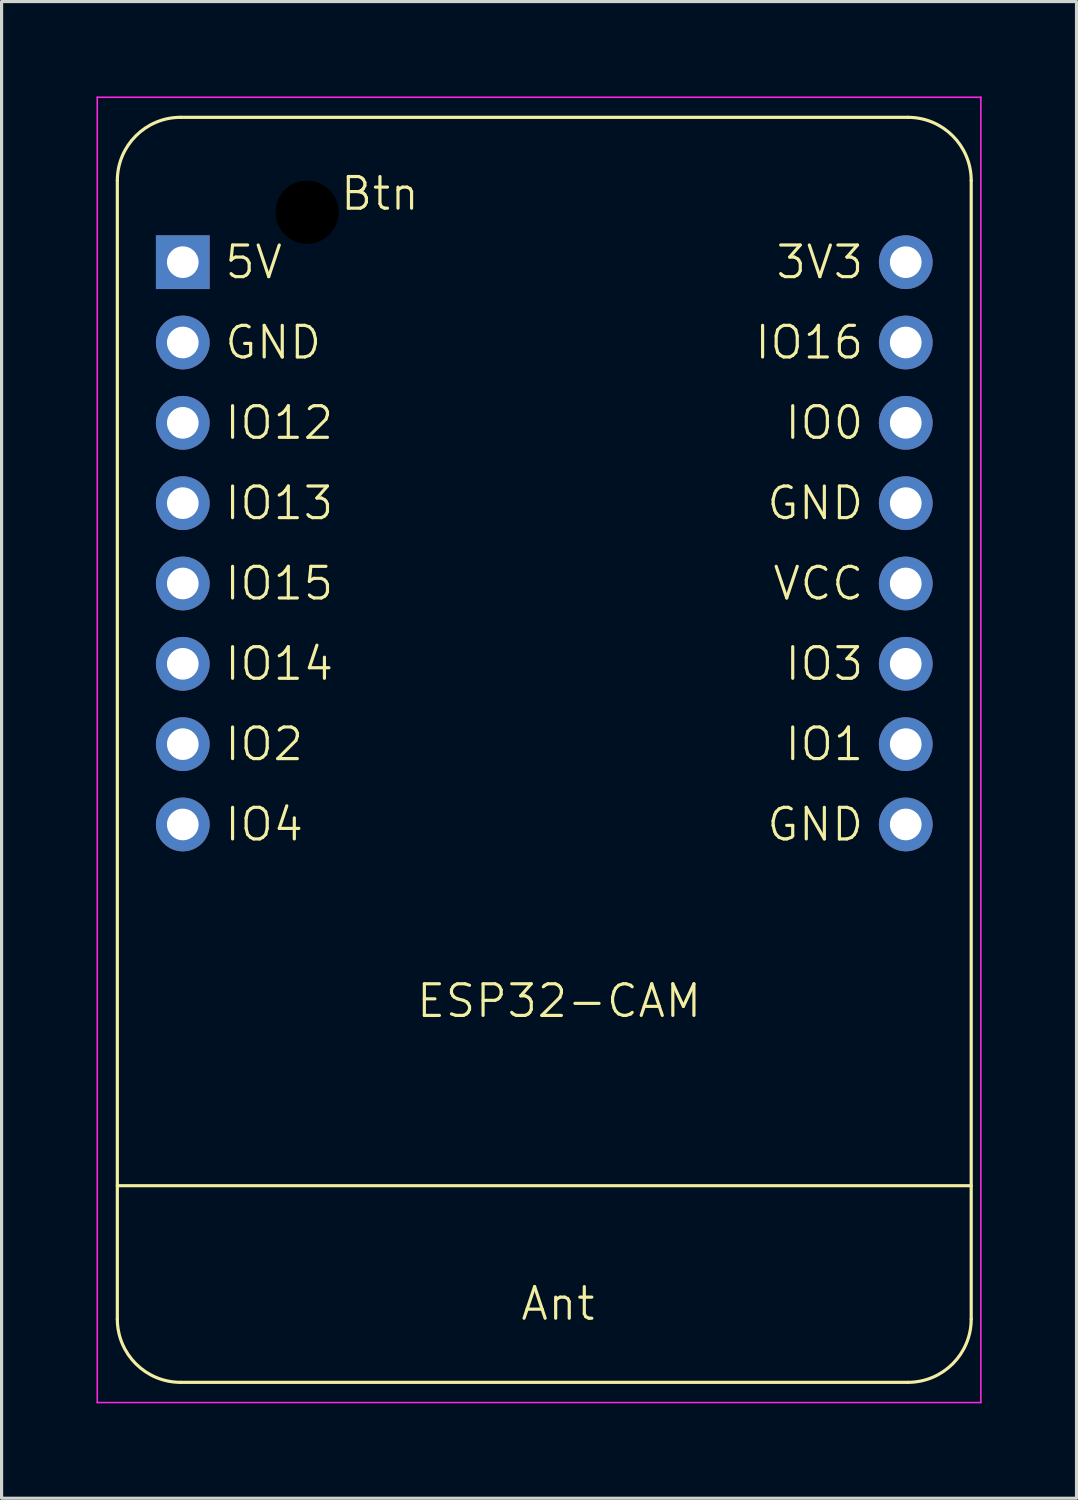
<source format=kicad_pcb>
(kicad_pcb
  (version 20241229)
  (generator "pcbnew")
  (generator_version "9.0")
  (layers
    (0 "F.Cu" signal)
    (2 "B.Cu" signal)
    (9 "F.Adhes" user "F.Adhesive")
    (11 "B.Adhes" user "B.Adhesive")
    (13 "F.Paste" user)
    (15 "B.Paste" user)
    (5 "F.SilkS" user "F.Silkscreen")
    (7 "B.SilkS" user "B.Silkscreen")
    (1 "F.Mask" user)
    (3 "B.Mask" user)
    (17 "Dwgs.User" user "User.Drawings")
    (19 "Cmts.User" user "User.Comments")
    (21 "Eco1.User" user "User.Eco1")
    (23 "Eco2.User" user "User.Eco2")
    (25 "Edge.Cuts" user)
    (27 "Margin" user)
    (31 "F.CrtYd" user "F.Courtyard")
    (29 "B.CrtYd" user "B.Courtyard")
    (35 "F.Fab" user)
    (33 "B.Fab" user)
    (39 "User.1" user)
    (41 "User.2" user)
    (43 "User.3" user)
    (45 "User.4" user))
  (footprint "ESP32-CAM"
    (layer "F.Cu")
    (at 0.66 0.66)
    (property "Reference" "ESP32-CAM" (at 13.97 27.94 0) (unlocked yes) (layer "F.SilkS") (effects (font (size 1 1) (thickness 0.1))))
    (attr through_hole)
    (fp_line (start 0 33.782) (end 27 33.782) (stroke (width 0.1) (type default)) (layer "F.SilkS"))
    (fp_line (start 0 38) (end 0 2) (stroke (width 0.1) (type default)) (layer "F.SilkS"))
    (fp_line (start 2 0) (end 25 0) (stroke (width 0.1) (type default)) (layer "F.SilkS"))
    (fp_line (start 25 40) (end 2 40) (stroke (width 0.1) (type default)) (layer "F.SilkS"))
    (fp_line (start 27 2) (end 27 38) (stroke (width 0.1) (type default)) (layer "F.SilkS"))
    (fp_arc (start 0 2) (mid 0.585786 0.585786) (end 2 0) (stroke (width 0.1) (type default)) (layer "F.SilkS"))
    (fp_arc (start 2 40) (mid 0.585786 39.414214) (end 0 38) (stroke (width 0.1) (type default)) (layer "F.SilkS"))
    (fp_arc (start 25 0) (mid 26.414214 0.585786) (end 27 2) (stroke (width 0.1) (type default)) (layer "F.SilkS"))
    (fp_arc (start 27 38) (mid 26.414214 39.414214) (end 25 40) (stroke (width 0.1) (type default)) (layer "F.SilkS"))
    (fp_line (start -0.635 -0.635) (end 27.305 -0.635) (stroke (width 0.05) (type default)) (layer "F.CrtYd"))
    (fp_line (start -0.635 40.64) (end -0.635 -0.635) (stroke (width 0.05) (type default)) (layer "F.CrtYd"))
    (fp_line (start 27.305 -0.635) (end 27.305 40.64) (stroke (width 0.05) (type default)) (layer "F.CrtYd"))
    (fp_line (start 27.305 40.64) (end -0.635 40.64) (stroke (width 0.05) (type default)) (layer "F.CrtYd"))
    (fp_text user "IO1" (at 23.66 19.82 0) (unlocked yes) (layer "F.SilkS") (effects (font (size 1 1) (thickness 0.1)) (justify right)))
    (fp_text user "GND" (at 3.34 7.12 0) (unlocked yes) (layer "F.SilkS") (effects (font (size 1 1) (thickness 0.1)) (justify left)))
    (fp_text user "IO3" (at 23.66 17.28 0) (unlocked yes) (layer "F.SilkS") (effects (font (size 1 1) (thickness 0.1)) (justify right)))
    (fp_text user "GND" (at 23.66 22.36 0) (unlocked yes) (layer "F.SilkS") (effects (font (size 1 1) (thickness 0.1)) (justify right)))
    (fp_text user "IO13" (at 3.34 12.2 0) (unlocked yes) (layer "F.SilkS") (effects (font (size 1 1) (thickness 0.1)) (justify left)))
    (fp_text user "5V" (at 3.34 4.58 0) (unlocked yes) (layer "F.SilkS") (effects (font (size 1 1) (thickness 0.1)) (justify left)))
    (fp_text user "IO2" (at 3.34 19.82 0) (unlocked yes) (layer "F.SilkS") (effects (font (size 1 1) (thickness 0.1)) (justify left)))
    (fp_text user "Ant" (at 12.7 38.1 0) (unlocked yes) (layer "F.SilkS") (effects (font (size 1 1) (thickness 0.1)) (justify left bottom)))
    (fp_text user "3V3" (at 23.66 4.58 0) (unlocked yes) (layer "F.SilkS") (effects (font (size 1 1) (thickness 0.1)) (justify right)))
    (fp_text user "IO4" (at 3.34 22.36 0) (unlocked yes) (layer "F.SilkS") (effects (font (size 1 1) (thickness 0.1)) (justify left)))
    (fp_text user "IO0" (at 23.66 9.66 0) (unlocked yes) (layer "F.SilkS") (effects (font (size 1 1) (thickness 0.1)) (justify right)))
    (fp_text user "VCC" (at 23.66 14.74 0) (unlocked yes) (layer "F.SilkS") (effects (font (size 1 1) (thickness 0.1)) (justify right)))
    (fp_text user "IO12" (at 3.34 9.66 0) (unlocked yes) (layer "F.SilkS") (effects (font (size 1 1) (thickness 0.1)) (justify left)))
    (fp_text user "IO15" (at 3.34 14.74 0) (unlocked yes) (layer "F.SilkS") (effects (font (size 1 1) (thickness 0.1)) (justify left)))
    (fp_text user "IO14" (at 3.34 17.28 0) (unlocked yes) (layer "F.SilkS") (effects (font (size 1 1) (thickness 0.1)) (justify left)))
    (fp_text user "IO16" (at 23.66 7.12 0) (unlocked yes) (layer "F.SilkS") (effects (font (size 1 1) (thickness 0.1)) (justify right)))
    (fp_text user "Btn" (at 7 3 0) (unlocked yes) (layer "F.SilkS") (effects (font (size 1 1) (thickness 0.1)) (justify left bottom)))
    (fp_text user "GND" (at 23.66 12.2 0) (unlocked yes) (layer "F.SilkS") (effects (font (size 1 1) (thickness 0.1)) (justify right)))
    (pad "" np_thru_hole circle (at 6 3) (size 2 2) (drill 2) (layers "*.Mask"))
    (pad "1" thru_hole rect (at 2.07 4.58) (size 1.7 1.7) (drill 1) (layers "*.Cu" "*.Mask"))
    (pad "2" thru_hole circle (at 2.07 7.12) (size 1.7 1.7) (drill 1) (layers "*.Cu" "*.Mask"))
    (pad "3" thru_hole circle (at 2.07 9.66) (size 1.7 1.7) (drill 1) (layers "*.Cu" "*.Mask"))
    (pad "4" thru_hole circle (at 2.07 12.2) (size 1.7 1.7) (drill 1) (layers "*.Cu" "*.Mask"))
    (pad "5" thru_hole circle (at 2.07 14.74) (size 1.7 1.7) (drill 1) (layers "*.Cu" "*.Mask"))
    (pad "6" thru_hole circle (at 2.07 17.28) (size 1.7 1.7) (drill 1) (layers "*.Cu" "*.Mask"))
    (pad "7" thru_hole circle (at 2.07 19.82) (size 1.7 1.7) (drill 1) (layers "*.Cu" "*.Mask"))
    (pad "8" thru_hole circle (at 2.07 22.36) (size 1.7 1.7) (drill 1) (layers "*.Cu" "*.Mask"))
    (pad "9" thru_hole circle (at 24.93 4.58) (size 1.7 1.7) (drill 1) (layers "*.Cu" "*.Mask"))
    (pad "10" thru_hole circle (at 24.93 7.12) (size 1.7 1.7) (drill 1) (layers "*.Cu" "*.Mask"))
    (pad "11" thru_hole circle (at 24.93 9.66) (size 1.7 1.7) (drill 1) (layers "*.Cu" "*.Mask"))
    (pad "12" thru_hole circle (at 24.93 12.2) (size 1.7 1.7) (drill 1) (layers "*.Cu" "*.Mask"))
    (pad "13" thru_hole circle (at 24.93 14.74) (size 1.7 1.7) (drill 1) (layers "*.Cu" "*.Mask"))
    (pad "14" thru_hole circle (at 24.93 17.28) (size 1.7 1.7) (drill 1) (layers "*.Cu" "*.Mask"))
    (pad "15" thru_hole circle (at 24.93 19.82) (size 1.7 1.7) (drill 1) (layers "*.Cu" "*.Mask"))
    (pad "16" thru_hole circle (at 24.93 22.36) (size 1.7 1.7) (drill 1) (layers "*.Cu" "*.Mask")))
  (gr_rect
    (start -3 -3)
    (end 30.99 44.325)
    (stroke (width 0.1) (type default))
    (fill no)
    (layer "Edge.Cuts")))
</source>
